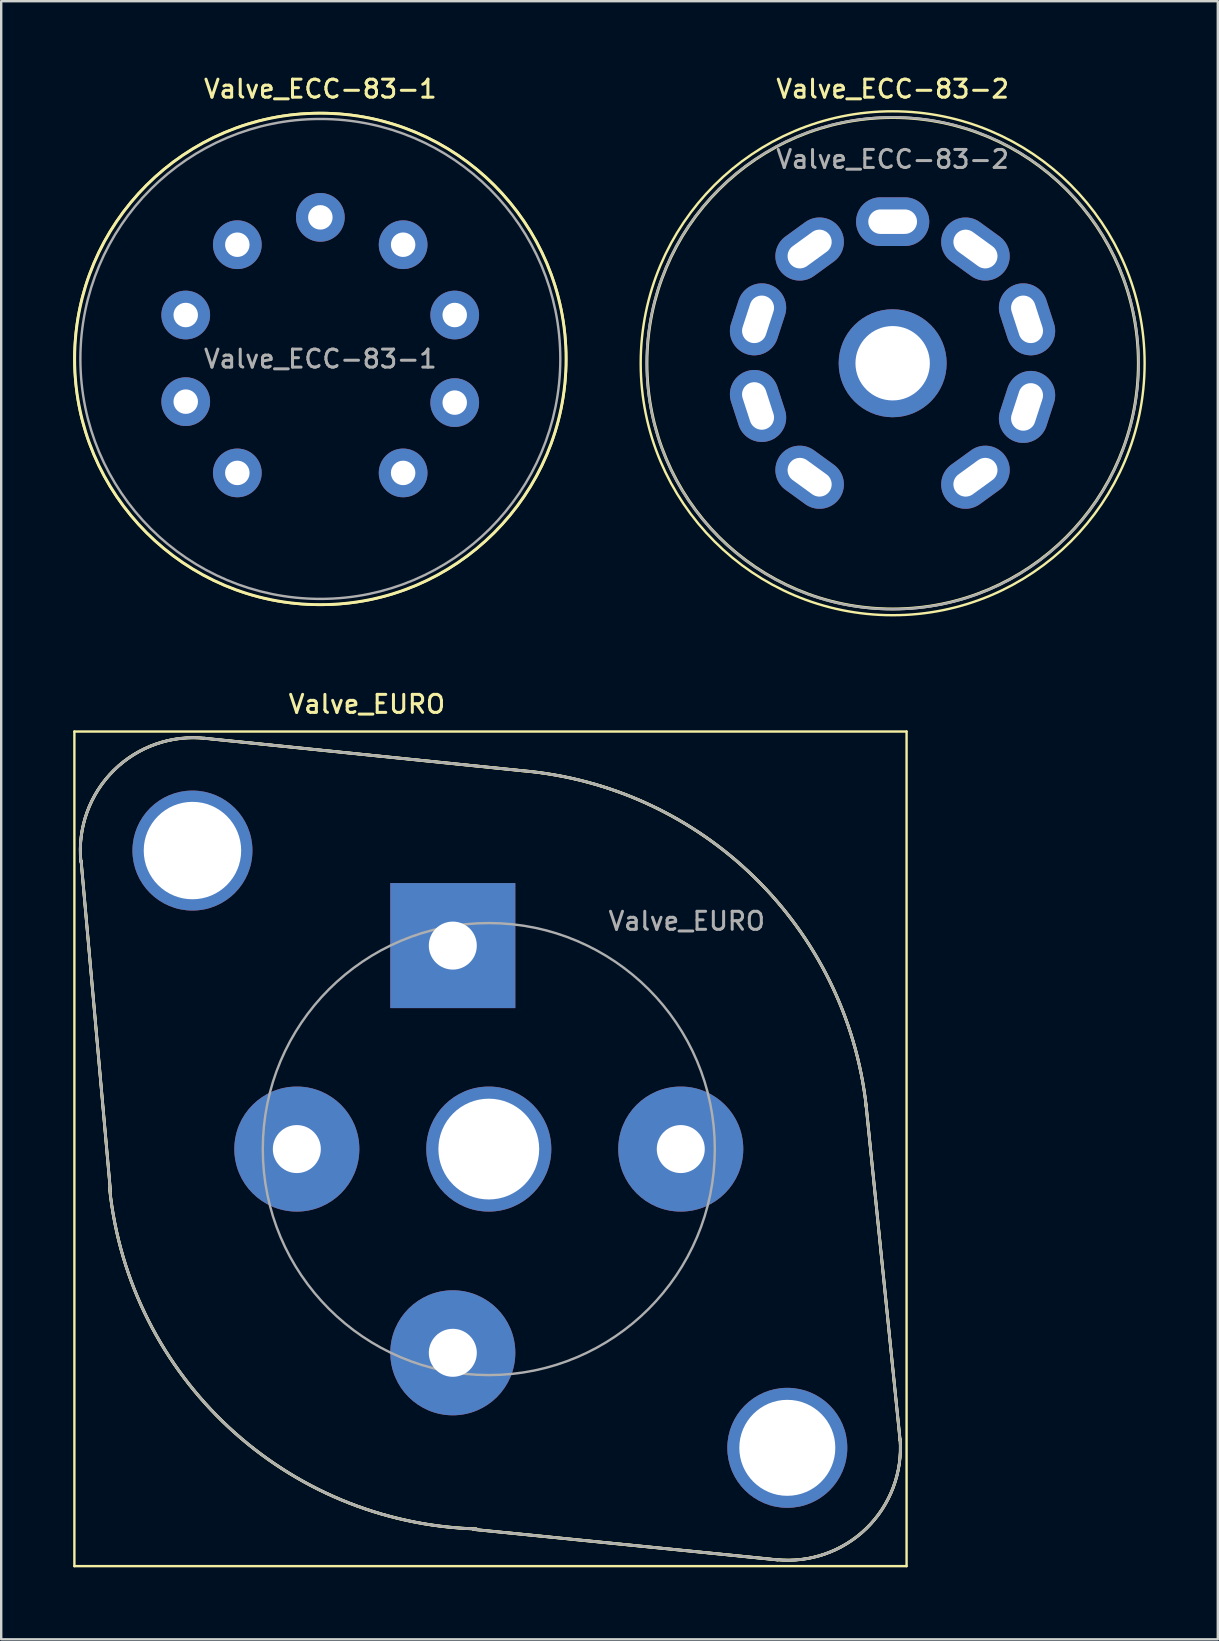
<source format=kicad_pcb>
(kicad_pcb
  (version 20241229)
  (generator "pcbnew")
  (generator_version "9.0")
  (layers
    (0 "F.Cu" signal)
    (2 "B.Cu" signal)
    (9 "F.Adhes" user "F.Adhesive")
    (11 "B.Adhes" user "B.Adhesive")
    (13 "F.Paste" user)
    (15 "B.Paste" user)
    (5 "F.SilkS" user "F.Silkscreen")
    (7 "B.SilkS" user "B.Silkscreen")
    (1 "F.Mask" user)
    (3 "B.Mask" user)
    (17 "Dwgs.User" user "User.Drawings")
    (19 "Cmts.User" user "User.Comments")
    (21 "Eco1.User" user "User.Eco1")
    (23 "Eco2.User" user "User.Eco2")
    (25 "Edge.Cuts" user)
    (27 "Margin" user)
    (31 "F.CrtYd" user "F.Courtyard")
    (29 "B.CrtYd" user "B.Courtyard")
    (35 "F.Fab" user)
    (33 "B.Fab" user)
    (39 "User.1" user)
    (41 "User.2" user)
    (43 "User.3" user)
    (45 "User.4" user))
  (footprint "Valve_ECC-83-2"
    (layer "F.Cu")
    (at 37.6 16.838)
    (property "Reference" "Valve_ECC-83-2" (at -3.45 -16.18 0) (layer "F.SilkS") (effects (font (size 0.75 0.75) (thickness 0.125))))
    (attr through_hole)
    (fp_circle (center -3.45 -4.75) (end -3.45 -15.25) (stroke (width 0.1) (type solid)) (fill no) (layer "F.SilkS"))
    (fp_circle (center -3.45 -4.75) (end 6.71 -3.48) (stroke (width 0.12) (type solid)) (fill no) (layer "F.SilkS"))
    (fp_circle (center -3.45 -4.75) (end -3.45 -15) (stroke (width 0.1) (type solid)) (fill no) (layer "F.Fab"))
    (fp_text user "${REFERENCE}" (at -3.45 -13.25 0) (layer "F.Fab") (effects (font (size 0.75 0.75) (thickness 0.125))))
    (pad "1" thru_hole oval (at 0 0 306) (size 2.03 3.05) (drill oval 1.02 2.03) (layers "*.Cu" "*.Mask"))
    (pad "2" thru_hole circle (at -3.45 -4.75) (size 4.5 4.5) (drill 3.1) (layers "*.Cu" "*.Mask"))
    (pad "2" thru_hole oval (at 2.15 -2.93 342) (size 2.03 3.05) (drill oval 1.02 2.03) (layers "*.Cu" "*.Mask"))
    (pad "3" thru_hole oval (at 2.15 -6.58 18) (size 2.03 3.05) (drill oval 1.02 2.03) (layers "*.Cu" "*.Mask"))
    (pad "4" thru_hole oval (at 0 -9.51 54) (size 2.03 3.05) (drill oval 1.02 2.03) (layers "*.Cu" "*.Mask"))
    (pad "5" thru_hole oval (at -3.45 -10.65 90) (size 2.03 3.05) (drill oval 1.02 2.03) (layers "*.Cu" "*.Mask"))
    (pad "6" thru_hole oval (at -6.91 -9.51 306) (size 2.03 3.05) (drill oval 1.02 2.03) (layers "*.Cu" "*.Mask"))
    (pad "7" thru_hole oval (at -9.06 -6.58 342) (size 2.03 3.05) (drill oval 1.02 2.03) (layers "*.Cu" "*.Mask"))
    (pad "8" thru_hole oval (at -9.06 -2.97 18) (size 2.03 3.05) (drill oval 1.02 2.03) (layers "*.Cu" "*.Mask"))
    (pad "9" thru_hole oval (at -6.91 0 54) (size 2.03 3.05) (drill oval 1.02 2.03) (layers "*.Cu" "*.Mask")))
  (footprint "Valve_ECC-83-1"
    (layer "F.Cu")
    (at 13.75 16.658)
    (property "Reference" "Valve_ECC-83-1" (at -3.45 -16 0) (layer "F.SilkS") (effects (font (size 0.75 0.75) (thickness 0.125))))
    (attr through_hole)
    (fp_circle (center -3.45 -4.75) (end -3.45 -15) (stroke (width 0.1) (type solid)) (fill no) (layer "F.SilkS"))
    (fp_circle (center -3.45 -4.75) (end 6.71 -3.48) (stroke (width 0.12) (type solid)) (fill no) (layer "F.SilkS"))
    (fp_circle (center -3.45 -4.75) (end -3.45 -14.75) (stroke (width 0.1) (type solid)) (fill no) (layer "F.Fab"))
    (fp_text user "${REFERENCE}" (at -3.45 -4.75 0) (layer "F.Fab") (effects (font (size 0.75 0.75) (thickness 0.125))))
    (pad "1" thru_hole circle (at 0 0) (size 2.03 2.03) (drill 1.02) (layers "*.Cu" "*.Mask"))
    (pad "2" thru_hole circle (at 2.15 -2.93) (size 2.03 2.03) (drill 1.02) (layers "*.Cu" "*.Mask"))
    (pad "3" thru_hole circle (at 2.15 -6.58) (size 2.03 2.03) (drill 1.02) (layers "*.Cu" "*.Mask"))
    (pad "4" thru_hole circle (at 0 -9.51) (size 2.03 2.03) (drill 1.02) (layers "*.Cu" "*.Mask"))
    (pad "5" thru_hole circle (at -3.45 -10.65) (size 2.03 2.03) (drill 1.02) (layers "*.Cu" "*.Mask"))
    (pad "6" thru_hole circle (at -6.91 -9.51) (size 2.03 2.03) (drill 1.02) (layers "*.Cu" "*.Mask"))
    (pad "7" thru_hole circle (at -9.06 -6.58) (size 2.03 2.03) (drill 1.02) (layers "*.Cu" "*.Mask"))
    (pad "8" thru_hole circle (at -9.06 -2.97) (size 2.03 2.03) (drill 1.02) (layers "*.Cu" "*.Mask"))
    (pad "9" thru_hole circle (at -6.91 0) (size 2.03 2.03) (drill 1.02) (layers "*.Cu" "*.Mask")))
  (footprint "Valve_EURO"
    (layer "F.Cu")
    (at 15.82 36.356)
    (property "Reference" "Valve_EURO" (at -3.58 -10.06 0) (layer "F.SilkS") (effects (font (size 0.75 0.75) (thickness 0.125))))
    (attr through_hole)
    (fp_line (start -15.77 -8.92) (end -15.77 25.86) (stroke (width 0.1) (type solid)) (layer "F.SilkS"))
    (fp_line (start -15.77 -8.92) (end 18.91 -8.92) (stroke (width 0.1) (type solid)) (layer "F.SilkS"))
    (fp_line (start -14.27 10.21) (end -15.49 -3.53) (stroke (width 0.12) (type solid)) (layer "F.SilkS"))
    (fp_line (start -14.27 10.21) (end -15.49 -3.53) (stroke (width 0.12) (type solid)) (layer "F.SilkS"))
    (fp_line (start -10.36 -8.64) (end 2.87 -7.29) (stroke (width 0.12) (type solid)) (layer "F.SilkS"))
    (fp_line (start -10.36 -8.64) (end 2.87 -7.29) (stroke (width 0.12) (type solid)) (layer "F.SilkS"))
    (fp_line (start 13.54 25.6) (end 0.86 24.33) (stroke (width 0.12) (type solid)) (layer "F.SilkS"))
    (fp_line (start 13.54 25.6) (end 0.86 24.33) (stroke (width 0.12) (type solid)) (layer "F.SilkS"))
    (fp_line (start 18.64 20.62) (end 17.22 6.63) (stroke (width 0.12) (type solid)) (layer "F.SilkS"))
    (fp_line (start 18.64 20.62) (end 17.22 6.63) (stroke (width 0.12) (type solid)) (layer "F.SilkS"))
    (fp_line (start 18.91 25.86) (end -15.77 25.86) (stroke (width 0.1) (type solid)) (layer "F.SilkS"))
    (fp_line (start 18.91 25.86) (end 18.91 -8.92) (stroke (width 0.1) (type solid)) (layer "F.SilkS"))
    (fp_arc (start -15.5 -3.5) (mid -14.119784 -7.310437) (end -10.288765 -8.63245) (stroke (width 0.12) (type solid)) (layer "F.SilkS"))
    (fp_arc (start -15.5 -3.5) (mid -14.119784 -7.310437) (end -10.288765 -8.63245) (stroke (width 0.12) (type solid)) (layer "F.SilkS"))
    (fp_arc (start 0.98 24.31) (mid -9.330689 20.081144) (end -14.303103 10.107747) (stroke (width 0.12) (type solid)) (layer "F.SilkS"))
    (fp_arc (start 0.98 24.31) (mid -9.330689 20.081144) (end -14.303103 10.107747) (stroke (width 0.12) (type solid)) (layer "F.SilkS"))
    (fp_arc (start 2.87 -7.29) (mid 12.560196 -2.853668) (end 17.23226 6.725098) (stroke (width 0.12) (type solid)) (layer "F.SilkS"))
    (fp_arc (start 2.87 -7.29) (mid 12.560196 -2.853668) (end 17.23226 6.725098) (stroke (width 0.12) (type solid)) (layer "F.SilkS"))
    (fp_arc (start 18.64 20.57) (mid 17.241749 24.281739) (end 13.497325 25.589944) (stroke (width 0.12) (type solid)) (layer "F.SilkS"))
    (fp_arc (start 18.64 20.57) (mid 17.241749 24.281739) (end 13.497325 25.589944) (stroke (width 0.12) (type solid)) (layer "F.SilkS"))
    (fp_line (start -14.27 10.21) (end -15.49 -3.53) (stroke (width 0.1) (type solid)) (layer "F.Fab"))
    (fp_line (start -14.27 10.21) (end -15.49 -3.53) (stroke (width 0.1) (type solid)) (layer "F.Fab"))
    (fp_line (start -10.36 -8.64) (end 2.87 -7.29) (stroke (width 0.1) (type solid)) (layer "F.Fab"))
    (fp_line (start -10.36 -8.64) (end 2.87 -7.29) (stroke (width 0.1) (type solid)) (layer "F.Fab"))
    (fp_line (start 13.54 25.6) (end 0.86 24.33) (stroke (width 0.1) (type solid)) (layer "F.Fab"))
    (fp_line (start 13.54 25.6) (end 0.86 24.33) (stroke (width 0.1) (type solid)) (layer "F.Fab"))
    (fp_line (start 18.64 20.62) (end 17.22 6.63) (stroke (width 0.1) (type solid)) (layer "F.Fab"))
    (fp_line (start 18.64 20.62) (end 17.22 6.63) (stroke (width 0.1) (type solid)) (layer "F.Fab"))
    (fp_arc (start -15.5 -3.5) (mid -14.119784 -7.310437) (end -10.288765 -8.63245) (stroke (width 0.1) (type solid)) (layer "F.Fab"))
    (fp_arc (start -15.5 -3.5) (mid -14.119784 -7.310437) (end -10.288765 -8.63245) (stroke (width 0.1) (type solid)) (layer "F.Fab"))
    (fp_arc (start 0.98 24.31) (mid -9.330689 20.081144) (end -14.303103 10.107747) (stroke (width 0.1) (type solid)) (layer "F.Fab"))
    (fp_arc (start 0.98 24.31) (mid -9.330689 20.081144) (end -14.303103 10.107747) (stroke (width 0.1) (type solid)) (layer "F.Fab"))
    (fp_arc (start 2.87 -7.29) (mid 12.560196 -2.853668) (end 17.23226 6.725098) (stroke (width 0.1) (type solid)) (layer "F.Fab"))
    (fp_arc (start 2.87 -7.29) (mid 12.560196 -2.853668) (end 17.23226 6.725098) (stroke (width 0.1) (type solid)) (layer "F.Fab"))
    (fp_arc (start 18.64 20.57) (mid 17.241749 24.281739) (end 13.497325 25.589944) (stroke (width 0.1) (type solid)) (layer "F.Fab"))
    (fp_arc (start 18.64 20.57) (mid 17.241749 24.281739) (end 13.497325 25.589944) (stroke (width 0.1) (type solid)) (layer "F.Fab"))
    (fp_circle (center 1.5 8.48) (end -5.16 15.14) (stroke (width 0.1) (type solid)) (fill no) (layer "F.Fab"))
    (fp_text user "${REFERENCE}" (at 9.75 -1.02 0) (layer "F.Fab") (effects (font (size 0.75 0.75) (thickness 0.125))))
    (pad "" thru_hole circle (at -10.85 -3.96) (size 5 5) (drill 4.06) (layers "*.Cu" "*.Mask"))
    (pad "" thru_hole circle (at 13.94 20.93) (size 5 5) (drill 4) (layers "*.Cu" "*.Mask"))
    (pad "1" thru_hole rect (at 0 0) (size 5.21 5.21) (drill 2) (layers "*.Cu" "*.Mask"))
    (pad "2" thru_hole circle (at 9.5 8.48) (size 5.21 5.21) (drill 2) (layers "*.Cu" "*.Mask"))
    (pad "3" thru_hole circle (at 0 16.97) (size 5.21 5.21) (drill 2) (layers "*.Cu" "*.Mask"))
    (pad "4" thru_hole circle (at -6.5 8.48) (size 5.21 5.21) (drill 2) (layers "*.Cu" "*.Mask"))
    (pad "5" thru_hole circle (at 1.5 8.48) (size 5.21 5.21) (drill 4.2) (layers "*.Cu" "*.Mask")))
  (gr_rect
    (start -3 -3)
    (end 47.7 65.266)
    (stroke (width 0.1) (type default))
    (fill no)
    (layer "Edge.Cuts")))
</source>
